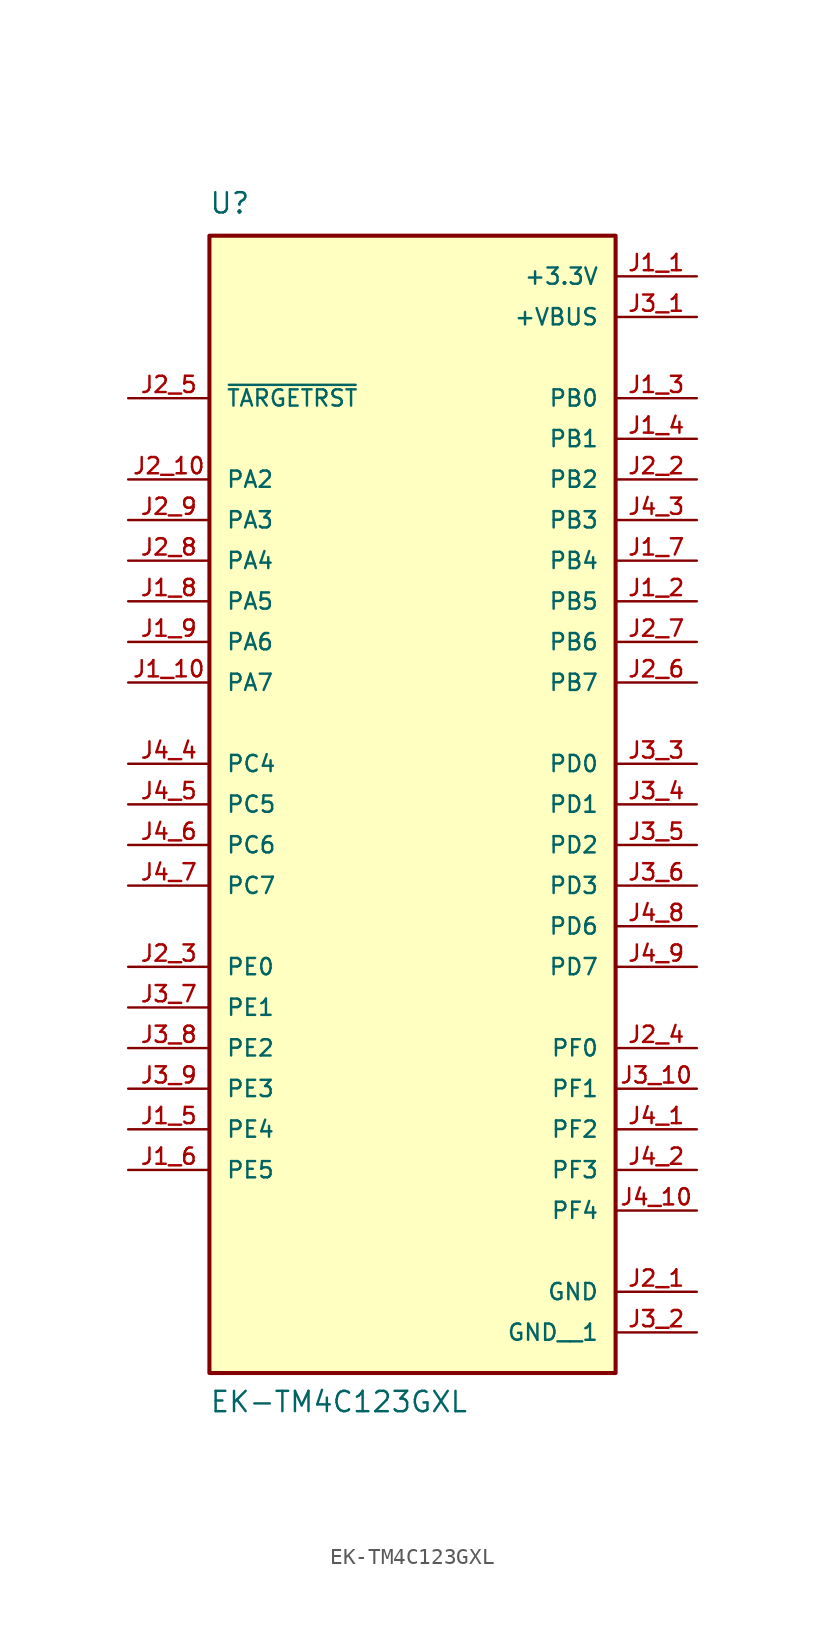
<source format=kicad_sym>
(kicad_symbol_lib
  (version 20211014)
  (generator kicad_symbol_editor)
  (symbol "EK-TM4C123GXL"
    (pin_names
      (offset 1.016))
    (property "Reference" "U"
      (at -12.737 34.31 0)
      (effects (font (size 1.27 1.27)) (justify bottom left)))
    (property "Value" "EK-TM4C123GXL"
      (at -12.713 -40.648 0)
      (effects (font (size 1.27 1.27)) (justify bottom left)))
    (symbol "EK-TM4C123GXL_0_0"
      (rectangle (start -12.7 -38.1) (end 12.7 33.02) (stroke (width 0.254)) (fill (type background)))
      (pin power_in line (at 17.78 30.48 180.0) (length 5.08) (name "+3.3V" (effects (font (size 1.016 1.016)))) (number "J1_1" (effects (font (size 1.016 1.016)))))
      (pin bidirectional line (at 17.78 10.16 180.0) (length 5.08) (name "PB5" (effects (font (size 1.016 1.016)))) (number "J1_2" (effects (font (size 1.016 1.016)))))
      (pin bidirectional line (at 17.78 22.86 180.0) (length 5.08) (name "PB0" (effects (font (size 1.016 1.016)))) (number "J1_3" (effects (font (size 1.016 1.016)))))
      (pin bidirectional line (at 17.78 20.32 180.0) (length 5.08) (name "PB1" (effects (font (size 1.016 1.016)))) (number "J1_4" (effects (font (size 1.016 1.016)))))
      (pin bidirectional line (at -17.78 -22.86 0) (length 5.08) (name "PE4" (effects (font (size 1.016 1.016)))) (number "J1_5" (effects (font (size 1.016 1.016)))))
      (pin bidirectional line (at -17.78 10.16 0) (length 5.08) (name "PA5" (effects (font (size 1.016 1.016)))) (number "J1_8" (effects (font (size 1.016 1.016)))))
      (pin bidirectional line (at -17.78 7.62 0) (length 5.08) (name "PA6" (effects (font (size 1.016 1.016)))) (number "J1_9" (effects (font (size 1.016 1.016)))))
      (pin bidirectional line (at -17.78 5.08 0) (length 5.08) (name "PA7" (effects (font (size 1.016 1.016)))) (number "J1_10" (effects (font (size 1.016 1.016)))))
      (pin bidirectional line (at -17.78 17.78 0) (length 5.08) (name "PA2" (effects (font (size 1.016 1.016)))) (number "J2_10" (effects (font (size 1.016 1.016)))))
      (pin bidirectional line (at -17.78 15.24 0) (length 5.08) (name "PA3" (effects (font (size 1.016 1.016)))) (number "J2_9" (effects (font (size 1.016 1.016)))))
      (pin bidirectional line (at -17.78 12.7 0) (length 5.08) (name "PA4" (effects (font (size 1.016 1.016)))) (number "J2_8" (effects (font (size 1.016 1.016)))))
      (pin bidirectional line (at 17.78 7.62 180.0) (length 5.08) (name "PB6" (effects (font (size 1.016 1.016)))) (number "J2_7" (effects (font (size 1.016 1.016)))))
      (pin bidirectional line (at 17.78 5.08 180.0) (length 5.08) (name "PB7" (effects (font (size 1.016 1.016)))) (number "J2_6" (effects (font (size 1.016 1.016)))))
      (pin input line (at -17.78 22.86 0) (length 5.08) (name "~{TARGETRST}" (effects (font (size 1.016 1.016)))) (number "J2_5" (effects (font (size 1.016 1.016)))))
      (pin bidirectional line (at 17.78 -17.78 180.0) (length 5.08) (name "PF0" (effects (font (size 1.016 1.016)))) (number "J2_4" (effects (font (size 1.016 1.016)))))
      (pin bidirectional line (at -17.78 -12.7 0) (length 5.08) (name "PE0" (effects (font (size 1.016 1.016)))) (number "J2_3" (effects (font (size 1.016 1.016)))))
      (pin bidirectional line (at 17.78 17.78 180.0) (length 5.08) (name "PB2" (effects (font (size 1.016 1.016)))) (number "J2_2" (effects (font (size 1.016 1.016)))))
      (pin power_in line (at 17.78 27.94 180.0) (length 5.08) (name "+VBUS" (effects (font (size 1.016 1.016)))) (number "J3_1" (effects (font (size 1.016 1.016)))))
      (pin power_in line (at 17.78 -33.02 180.0) (length 5.08) (name "GND" (effects (font (size 1.016 1.016)))) (number "J2_1" (effects (font (size 1.016 1.016)))))
      (pin bidirectional line (at 17.78 0.0 180.0) (length 5.08) (name "PD0" (effects (font (size 1.016 1.016)))) (number "J3_3" (effects (font (size 1.016 1.016)))))
      (pin bidirectional line (at 17.78 -2.54 180.0) (length 5.08) (name "PD1" (effects (font (size 1.016 1.016)))) (number "J3_4" (effects (font (size 1.016 1.016)))))
      (pin bidirectional line (at -17.78 -17.78 0) (length 5.08) (name "PE2" (effects (font (size 1.016 1.016)))) (number "J3_8" (effects (font (size 1.016 1.016)))))
      (pin bidirectional line (at -17.78 -20.32 0) (length 5.08) (name "PE3" (effects (font (size 1.016 1.016)))) (number "J3_9" (effects (font (size 1.016 1.016)))))
      (pin bidirectional line (at 17.78 -20.32 180.0) (length 5.08) (name "PF1" (effects (font (size 1.016 1.016)))) (number "J3_10" (effects (font (size 1.016 1.016)))))
      (pin bidirectional line (at 17.78 -27.94 180.0) (length 5.08) (name "PF4" (effects (font (size 1.016 1.016)))) (number "J4_10" (effects (font (size 1.016 1.016)))))
      (pin bidirectional line (at 17.78 -12.7 180.0) (length 5.08) (name "PD7" (effects (font (size 1.016 1.016)))) (number "J4_9" (effects (font (size 1.016 1.016)))))
      (pin bidirectional line (at 17.78 -10.16 180.0) (length 5.08) (name "PD6" (effects (font (size 1.016 1.016)))) (number "J4_8" (effects (font (size 1.016 1.016)))))
      (pin bidirectional line (at -17.78 -7.62 0) (length 5.08) (name "PC7" (effects (font (size 1.016 1.016)))) (number "J4_7" (effects (font (size 1.016 1.016)))))
      (pin bidirectional line (at -17.78 -5.08 0) (length 5.08) (name "PC6" (effects (font (size 1.016 1.016)))) (number "J4_6" (effects (font (size 1.016 1.016)))))
      (pin bidirectional line (at -17.78 -2.54 0) (length 5.08) (name "PC5" (effects (font (size 1.016 1.016)))) (number "J4_5" (effects (font (size 1.016 1.016)))))
      (pin bidirectional line (at -17.78 0.0 0) (length 5.08) (name "PC4" (effects (font (size 1.016 1.016)))) (number "J4_4" (effects (font (size 1.016 1.016)))))
      (pin bidirectional line (at 17.78 15.24 180.0) (length 5.08) (name "PB3" (effects (font (size 1.016 1.016)))) (number "J4_3" (effects (font (size 1.016 1.016)))))
      (pin bidirectional line (at 17.78 -25.4 180.0) (length 5.08) (name "PF3" (effects (font (size 1.016 1.016)))) (number "J4_2" (effects (font (size 1.016 1.016)))))
      (pin bidirectional line (at 17.78 -22.86 180.0) (length 5.08) (name "PF2" (effects (font (size 1.016 1.016)))) (number "J4_1" (effects (font (size 1.016 1.016)))))
      (pin bidirectional line (at -17.78 -25.4 0) (length 5.08) (name "PE5" (effects (font (size 1.016 1.016)))) (number "J1_6" (effects (font (size 1.016 1.016)))))
      (pin bidirectional line (at -17.78 -15.24 0) (length 5.08) (name "PE1" (effects (font (size 1.016 1.016)))) (number "J3_7" (effects (font (size 1.016 1.016)))))
      (pin bidirectional line (at 17.78 12.7 180.0) (length 5.08) (name "PB4" (effects (font (size 1.016 1.016)))) (number "J1_7" (effects (font (size 1.016 1.016)))))
      (pin bidirectional line (at 17.78 -7.62 180.0) (length 5.08) (name "PD3" (effects (font (size 1.016 1.016)))) (number "J3_6" (effects (font (size 1.016 1.016)))))
      (pin bidirectional line (at 17.78 -5.08 180.0) (length 5.08) (name "PD2" (effects (font (size 1.016 1.016)))) (number "J3_5" (effects (font (size 1.016 1.016)))))
      (pin power_in line (at 17.78 -35.56 180.0) (length 5.08) (name "GND__1" (effects (font (size 1.016 1.016)))) (number "J3_2" (effects (font (size 1.016 1.016))))))))
</source>
